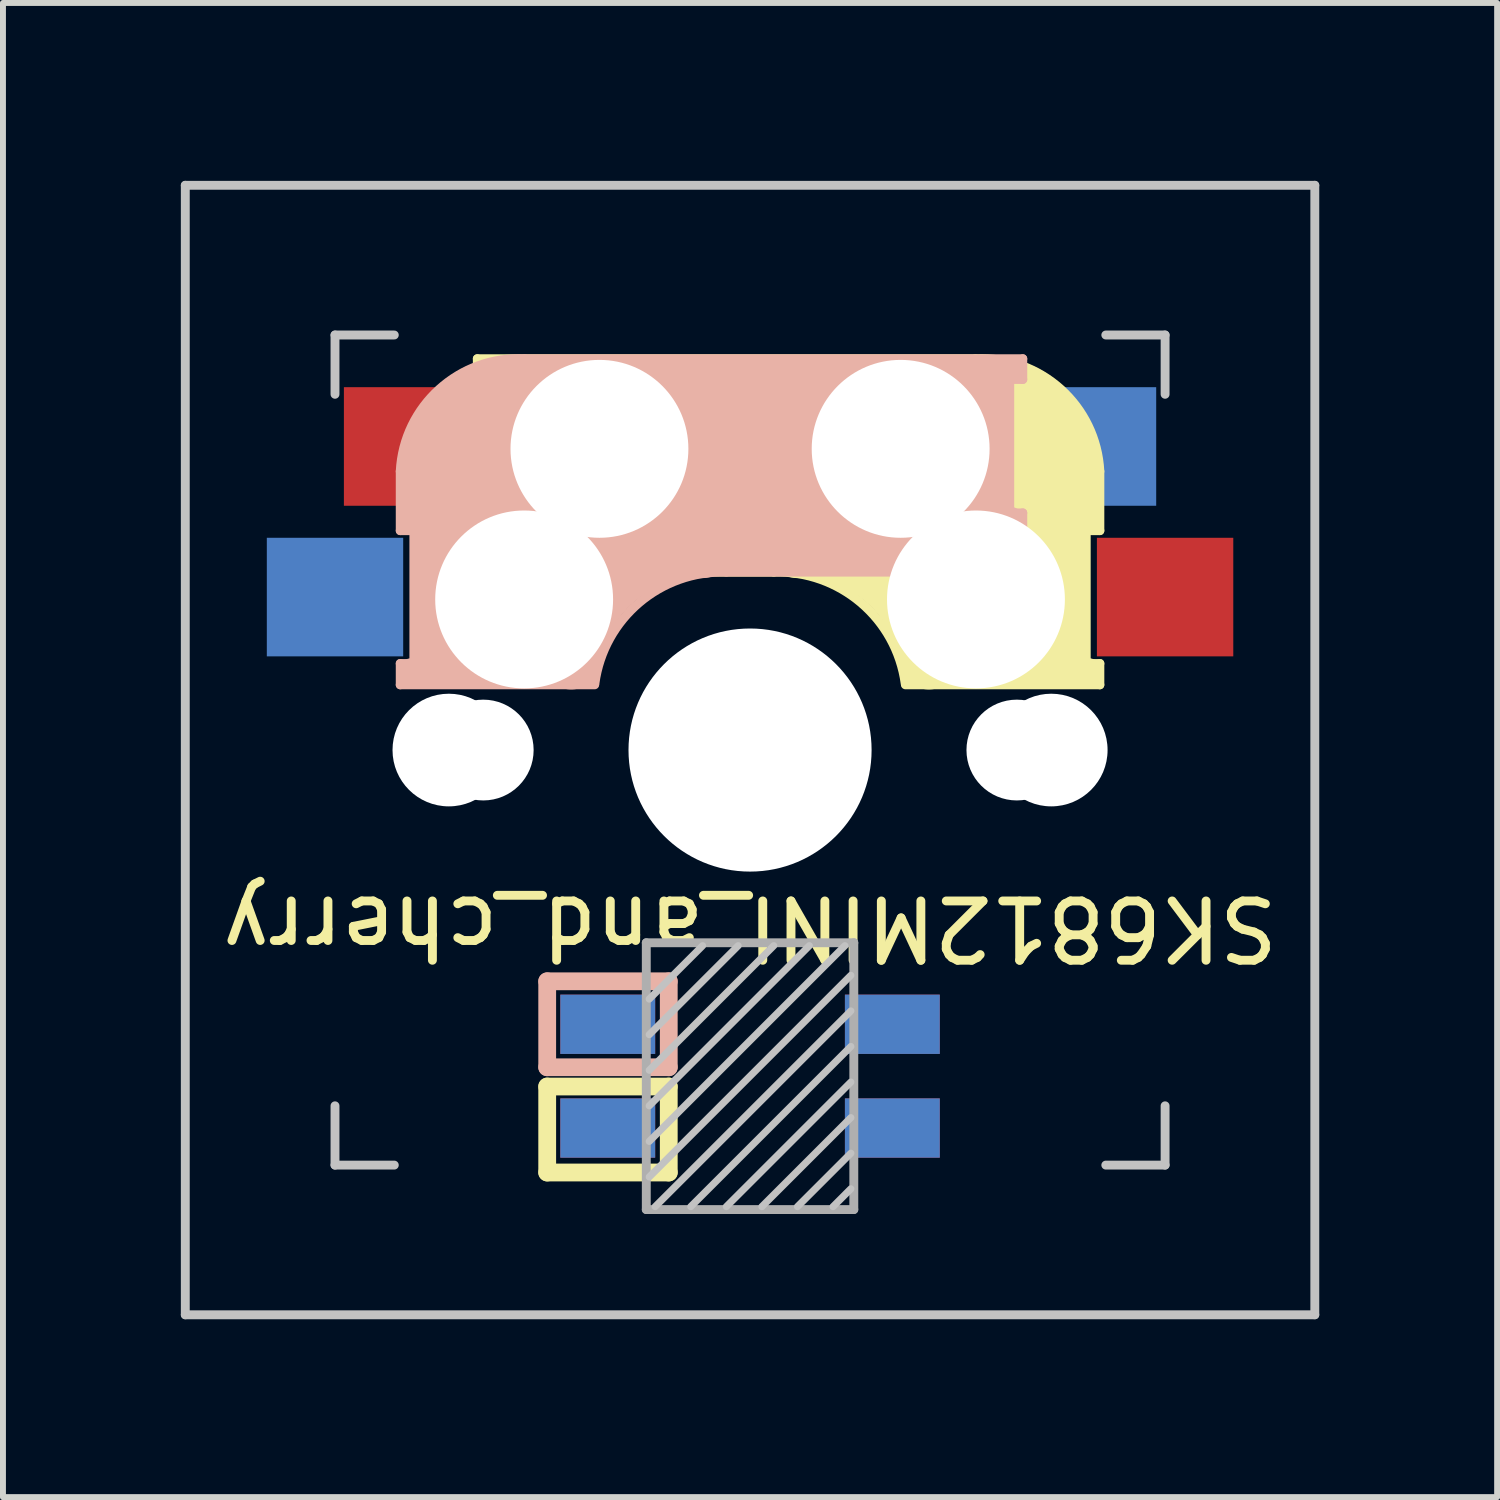
<source format=kicad_pcb>
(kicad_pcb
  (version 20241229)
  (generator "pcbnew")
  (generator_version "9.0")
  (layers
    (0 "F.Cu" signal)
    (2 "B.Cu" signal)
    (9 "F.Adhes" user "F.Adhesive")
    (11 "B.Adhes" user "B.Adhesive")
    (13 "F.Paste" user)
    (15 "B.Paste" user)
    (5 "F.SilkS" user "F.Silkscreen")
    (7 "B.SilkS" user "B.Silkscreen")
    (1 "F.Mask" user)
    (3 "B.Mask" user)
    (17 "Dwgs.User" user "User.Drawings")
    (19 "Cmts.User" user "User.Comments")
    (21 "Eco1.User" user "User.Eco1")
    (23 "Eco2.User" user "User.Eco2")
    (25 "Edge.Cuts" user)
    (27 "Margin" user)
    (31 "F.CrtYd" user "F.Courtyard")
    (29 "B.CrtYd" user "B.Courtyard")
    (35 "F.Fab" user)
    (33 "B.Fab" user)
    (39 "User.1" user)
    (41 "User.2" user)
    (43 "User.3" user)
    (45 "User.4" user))
  (footprint "SK6812MINI_and_cherry"
    (layer "F.Cu")
    (at 9.6 9.6)
    (property "Reference" "SK6812MINI_and_cherry" (at 0 3 180) (unlocked yes) (layer "F.SilkS") (effects (font (size 1 1) (thickness 0.15))))
    (attr through_hole)
    (fp_line (start -4.6 -6.6) (end 3.8 -6.6) (stroke (width 0.15) (type solid)) (layer "F.SilkS"))
    (fp_line (start -4.6 -6.25) (end -4.6 -6.6) (stroke (width 0.15) (type solid)) (layer "F.SilkS"))
    (fp_line (start -4.6 -4) (end -4.4 -4) (stroke (width 0.15) (type solid)) (layer "F.SilkS"))
    (fp_line (start -4.6 -3) (end -4.6 -4) (stroke (width 0.15) (type solid)) (layer "F.SilkS"))
    (fp_line (start -4.4 -6.4) (end -3 -6.4) (stroke (width 0.4) (type solid)) (layer "F.SilkS"))
    (fp_line (start -4.4 -6.25) (end -4.6 -6.25) (stroke (width 0.15) (type solid)) (layer "F.SilkS"))
    (fp_line (start -4.4 -3.9) (end -4.4 -3.2) (stroke (width 0.4) (type solid)) (layer "F.SilkS"))
    (fp_line (start -4.38 -4) (end -4.38 -6.25) (stroke (width 0.15) (type solid)) (layer "F.SilkS"))
    (fp_line (start -4.3 -3.3) (end -2.9 -3.3) (stroke (width 0.5) (type solid)) (layer "F.SilkS"))
    (fp_line (start -3.9 -6) (end -3.9 -3.5) (stroke (width 1) (type solid)) (layer "F.SilkS"))
    (fp_line (start -3.421 5.675) (end -1.371 5.675) (stroke (width 0.3) (type solid)) (layer "F.SilkS"))
    (fp_line (start -3.421 7.125) (end -3.421 5.675) (stroke (width 0.3) (type solid)) (layer "F.SilkS"))
    (fp_line (start -2.6 -4.8) (end 4.1 -4.8) (stroke (width 3.5) (type solid)) (layer "F.SilkS"))
    (fp_line (start -1.371 5.675) (end -1.371 7.125) (stroke (width 0.3) (type solid)) (layer "F.SilkS"))
    (fp_line (start -1.371 7.125) (end -3.421 7.125) (stroke (width 0.3) (type solid)) (layer "F.SilkS"))
    (fp_line (start 0.4 -3) (end -4.6 -3) (stroke (width 0.15) (type solid)) (layer "F.SilkS"))
    (fp_line (start 4.17 -5.1) (end 4.17 -2.86) (stroke (width 3) (type solid)) (layer "F.SilkS"))
    (fp_line (start 5.3 -1.6) (end 5.3 -3.4) (stroke (width 0.8) (type solid)) (layer "F.SilkS"))
    (fp_line (start 5.67 -3.7) (end 5.67 -1.46) (stroke (width 0.15) (type solid)) (layer "F.SilkS"))
    (fp_line (start 5.7 -1.46) (end 5.9 -1.46) (stroke (width 0.15) (type solid)) (layer "F.SilkS"))
    (fp_line (start 5.7 -1.3) (end 3 -1.3) (stroke (width 0.5) (type solid)) (layer "F.SilkS"))
    (fp_line (start 5.8 -3.8) (end 5.8 -4.7) (stroke (width 0.3) (type solid)) (layer "F.SilkS"))
    (fp_line (start 5.9 -4.7) (end 5.9 -3.7) (stroke (width 0.15) (type solid)) (layer "F.SilkS"))
    (fp_line (start 5.9 -3.7) (end 5.7 -3.7) (stroke (width 0.15) (type solid)) (layer "F.SilkS"))
    (fp_line (start 5.9 -1.1) (end 2.62 -1.1) (stroke (width 0.15) (type solid)) (layer "F.SilkS"))
    (fp_line (start 5.9 -1.1) (end 5.9 -1.46) (stroke (width 0.15) (type solid)) (layer "F.SilkS"))
    (fp_arc (start 0.4 -3) (mid 1.868709 -2.486118) (end 2.616318 -1.121471) (stroke (width 0.15) (type solid)) (layer "F.SilkS"))
    (fp_arc (start 0.8 -3.4) (mid 2.268709 -2.886118) (end 3.016318 -1.521471) (stroke (width 1) (type solid)) (layer "F.SilkS"))
    (fp_arc (start 3.8 -6.600001) (mid 5.243504 -6.084925) (end 5.900001 -4.7) (stroke (width 0.15) (type solid)) (layer "F.SilkS"))
    (fp_line (start -5.9 -4.7) (end -5.9 -3.7) (stroke (width 0.15) (type solid)) (layer "B.SilkS"))
    (fp_line (start -5.9 -3.7) (end -5.7 -3.7) (stroke (width 0.15) (type solid)) (layer "B.SilkS"))
    (fp_line (start -5.9 -1.1) (end -5.9 -1.46) (stroke (width 0.15) (type solid)) (layer "B.SilkS"))
    (fp_line (start -5.9 -1.1) (end -2.62 -1.1) (stroke (width 0.15) (type solid)) (layer "B.SilkS"))
    (fp_line (start -5.8 -3.8) (end -5.8 -4.7) (stroke (width 0.3) (type solid)) (layer "B.SilkS"))
    (fp_line (start -5.7 -1.46) (end -5.9 -1.46) (stroke (width 0.15) (type solid)) (layer "B.SilkS"))
    (fp_line (start -5.7 -1.3) (end -3 -1.3) (stroke (width 0.5) (type solid)) (layer "B.SilkS"))
    (fp_line (start -5.67 -3.7) (end -5.67 -1.46) (stroke (width 0.15) (type solid)) (layer "B.SilkS"))
    (fp_line (start -5.3 -1.6) (end -5.3 -3.4) (stroke (width 0.8) (type solid)) (layer "B.SilkS"))
    (fp_line (start -4.17 -5.1) (end -4.17 -2.86) (stroke (width 3) (type solid)) (layer "B.SilkS"))
    (fp_line (start -3.421 3.9) (end -1.371 3.9) (stroke (width 0.3) (type solid)) (layer "B.SilkS"))
    (fp_line (start -3.421 5.35) (end -3.421 3.9) (stroke (width 0.3) (type solid)) (layer "B.SilkS"))
    (fp_line (start -1.371 3.9) (end -1.371 5.35) (stroke (width 0.3) (type solid)) (layer "B.SilkS"))
    (fp_line (start -1.371 5.35) (end -3.421 5.35) (stroke (width 0.3) (type solid)) (layer "B.SilkS"))
    (fp_line (start -0.4 -3) (end 4.6 -3) (stroke (width 0.15) (type solid)) (layer "B.SilkS"))
    (fp_line (start 2.6 -4.8) (end -4.1 -4.8) (stroke (width 3.5) (type solid)) (layer "B.SilkS"))
    (fp_line (start 3.9 -6) (end 3.9 -3.5) (stroke (width 1) (type solid)) (layer "B.SilkS"))
    (fp_line (start 4.3 -3.3) (end 2.9 -3.3) (stroke (width 0.5) (type solid)) (layer "B.SilkS"))
    (fp_line (start 4.38 -4) (end 4.38 -6.25) (stroke (width 0.15) (type solid)) (layer "B.SilkS"))
    (fp_line (start 4.4 -6.4) (end 3 -6.4) (stroke (width 0.4) (type solid)) (layer "B.SilkS"))
    (fp_line (start 4.4 -6.25) (end 4.6 -6.25) (stroke (width 0.15) (type solid)) (layer "B.SilkS"))
    (fp_line (start 4.4 -3.9) (end 4.4 -3.2) (stroke (width 0.4) (type solid)) (layer "B.SilkS"))
    (fp_line (start 4.6 -6.6) (end -3.8 -6.6) (stroke (width 0.15) (type solid)) (layer "B.SilkS"))
    (fp_line (start 4.6 -6.25) (end 4.6 -6.6) (stroke (width 0.15) (type solid)) (layer "B.SilkS"))
    (fp_line (start 4.6 -4) (end 4.4 -4) (stroke (width 0.15) (type solid)) (layer "B.SilkS"))
    (fp_line (start 4.6 -3) (end 4.6 -4) (stroke (width 0.15) (type solid)) (layer "B.SilkS"))
    (fp_arc (start -5.9 -4.699999) (mid -5.243504 -6.084924) (end -3.800001 -6.6) (stroke (width 0.15) (type solid)) (layer "B.SilkS"))
    (fp_arc (start -3.016318 -1.521471) (mid -2.268709 -2.886118) (end -0.8 -3.4) (stroke (width 1) (type solid)) (layer "B.SilkS"))
    (fp_arc (start -2.616318 -1.121471) (mid -1.868709 -2.486118) (end -0.4 -3) (stroke (width 0.15) (type solid)) (layer "B.SilkS"))
    (fp_line (start -9.525 -9.525) (end 9.525 -9.525) (stroke (width 0.15) (type solid)) (layer "Dwgs.User"))
    (fp_line (start -9.525 9.525) (end -9.525 -9.525) (stroke (width 0.15) (type solid)) (layer "Dwgs.User"))
    (fp_line (start -7 -7) (end -6 -7) (stroke (width 0.15) (type solid)) (layer "Dwgs.User"))
    (fp_line (start -7 -6) (end -7 -7) (stroke (width 0.15) (type solid)) (layer "Dwgs.User"))
    (fp_line (start -7 6) (end -7 7) (stroke (width 0.15) (type solid)) (layer "Dwgs.User"))
    (fp_line (start -7 7) (end -6 7) (stroke (width 0.15) (type solid)) (layer "Dwgs.User"))
    (fp_line (start -0.8 3.3) (end -1.7 4.2) (stroke (width 0.12) (type solid)) (layer "Dwgs.User"))
    (fp_line (start -0.2 3.3) (end -1.7 4.8) (stroke (width 0.12) (type solid)) (layer "Dwgs.User"))
    (fp_line (start 0.4 3.3) (end -1.7 5.4) (stroke (width 0.12) (type solid)) (layer "Dwgs.User"))
    (fp_line (start 1 3.3) (end -1.7 6) (stroke (width 0.12) (type solid)) (layer "Dwgs.User"))
    (fp_line (start 1.6 3.3) (end -1.7 6.6) (stroke (width 0.12) (type solid)) (layer "Dwgs.User"))
    (fp_line (start 1.7 3.8) (end -1.7 7.2) (stroke (width 0.12) (type solid)) (layer "Dwgs.User"))
    (fp_line (start 1.7 4.4) (end -1.6 7.7) (stroke (width 0.12) (type solid)) (layer "Dwgs.User"))
    (fp_line (start 1.7 5) (end -1 7.7) (stroke (width 0.12) (type solid)) (layer "Dwgs.User"))
    (fp_line (start 1.7 5.6) (end -0.4 7.7) (stroke (width 0.12) (type solid)) (layer "Dwgs.User"))
    (fp_line (start 1.7 6.2) (end 0.2 7.7) (stroke (width 0.12) (type solid)) (layer "Dwgs.User"))
    (fp_line (start 1.7 6.8) (end 0.8 7.7) (stroke (width 0.12) (type solid)) (layer "Dwgs.User"))
    (fp_line (start 1.7 7.4) (end 1.4 7.7) (stroke (width 0.12) (type solid)) (layer "Dwgs.User"))
    (fp_line (start 6 7) (end 7 7) (stroke (width 0.15) (type solid)) (layer "Dwgs.User"))
    (fp_line (start 7 -7) (end 6 -7) (stroke (width 0.15) (type solid)) (layer "Dwgs.User"))
    (fp_line (start 7 -7) (end 7 -6) (stroke (width 0.15) (type solid)) (layer "Dwgs.User"))
    (fp_line (start 7 7) (end 7 6) (stroke (width 0.15) (type solid)) (layer "Dwgs.User"))
    (fp_line (start 9.525 -9.525) (end 9.525 9.525) (stroke (width 0.15) (type solid)) (layer "Dwgs.User"))
    (fp_line (start 9.525 9.525) (end -9.525 9.525) (stroke (width 0.15) (type solid)) (layer "Dwgs.User"))
    (fp_line (start -1.75 3.25) (end -1.75 7.75) (stroke (width 0.15) (type solid)) (layer "F.Fab"))
    (fp_line (start -1.75 3.25) (end 1.75 3.25) (stroke (width 0.15) (type solid)) (layer "F.Fab"))
    (fp_line (start 1.75 3.25) (end 1.75 7.75) (stroke (width 0.15) (type solid)) (layer "F.Fab"))
    (fp_line (start 1.75 7.75) (end -1.75 7.75) (stroke (width 0.15) (type solid)) (layer "F.Fab"))
    (pad "" np_thru_hole circle (at -5.08 0) (size 1.9 1.9) (drill 1.9) (layers "*.Cu" "*.Mask"))
    (pad "" np_thru_hole circle (at -4.5 0) (size 1.7 1.7) (drill 1.7) (layers "*.Cu" "*.Mask"))
    (pad "" np_thru_hole circle (at -3.81 -2.54 180) (size 3 3) (drill 3) (layers "*.Cu" "*.Mask"))
    (pad "" np_thru_hole circle (at -2.54 -5.08 180) (size 3 3) (drill 3) (layers "*.Cu" "*.Mask"))
    (pad "" np_thru_hole circle (at 0 0 90) (size 4.1 4.1) (drill 4.1) (layers "*.Cu" "*.Mask"))
    (pad "" np_thru_hole circle (at 2.54 -5.08 180) (size 3 3) (drill 3) (layers "*.Cu" "*.Mask"))
    (pad "" np_thru_hole circle (at 3.81 -2.54 180) (size 3 3) (drill 3) (layers "*.Cu" "*.Mask"))
    (pad "" np_thru_hole circle (at 4.5 0) (size 1.7 1.7) (drill 1.7) (layers "*.Cu" "*.Mask"))
    (pad "" np_thru_hole circle (at 5.08 0) (size 1.9 1.9) (drill 1.9) (layers "*.Cu" "*.Mask"))
    (pad "1" smd rect (at -2.4 4.625) (size 1.6 1) (layers "B.Cu" "B.Mask" "B.Paste"))
    (pad "1" smd rect (at -2.4 6.375) (size 1.6 1) (layers "F.Cu" "F.Mask" "F.Paste"))
    (pad "2" smd rect (at -2.4 4.625) (size 1.6 1) (layers "F.Cu" "F.Mask" "F.Paste"))
    (pad "2" smd rect (at -2.4 6.375) (size 1.6 1) (layers "B.Cu" "B.Mask" "B.Paste"))
    (pad "3" smd rect (at 2.4 4.625) (size 1.6 1) (layers "F.Cu" "F.Mask" "F.Paste"))
    (pad "3" smd rect (at 2.4 6.375) (size 1.6 1) (layers "B.Cu" "B.Mask" "B.Paste"))
    (pad "4" smd rect (at 2.4 4.625) (size 1.6 1) (layers "B.Cu" "B.Mask" "B.Paste"))
    (pad "4" smd rect (at 2.4 6.375) (size 1.6 1) (layers "F.Cu" "F.Mask" "F.Paste"))
    (pad "5" smd rect (at -7 -2.58 180) (size 2.3 2) (layers "B.Cu" "B.Mask" "B.Paste"))
    (pad "5" smd rect (at 7 -2.58 180) (size 2.3 2) (layers "F.Cu" "F.Mask" "F.Paste"))
    (pad "6" smd rect (at -5.7 -5.12 180) (size 2.3 2) (layers "F.Cu" "F.Mask"))
    (pad "6" smd rect (at 5.7 -5.12 180) (size 2.3 2) (layers "B.Cu" "B.Mask" "B.Paste")))
  (gr_rect
    (start -3 -3)
    (end 22.2 22.2)
    (stroke (width 0.1) (type default))
    (fill no)
    (layer "Edge.Cuts")))
</source>
